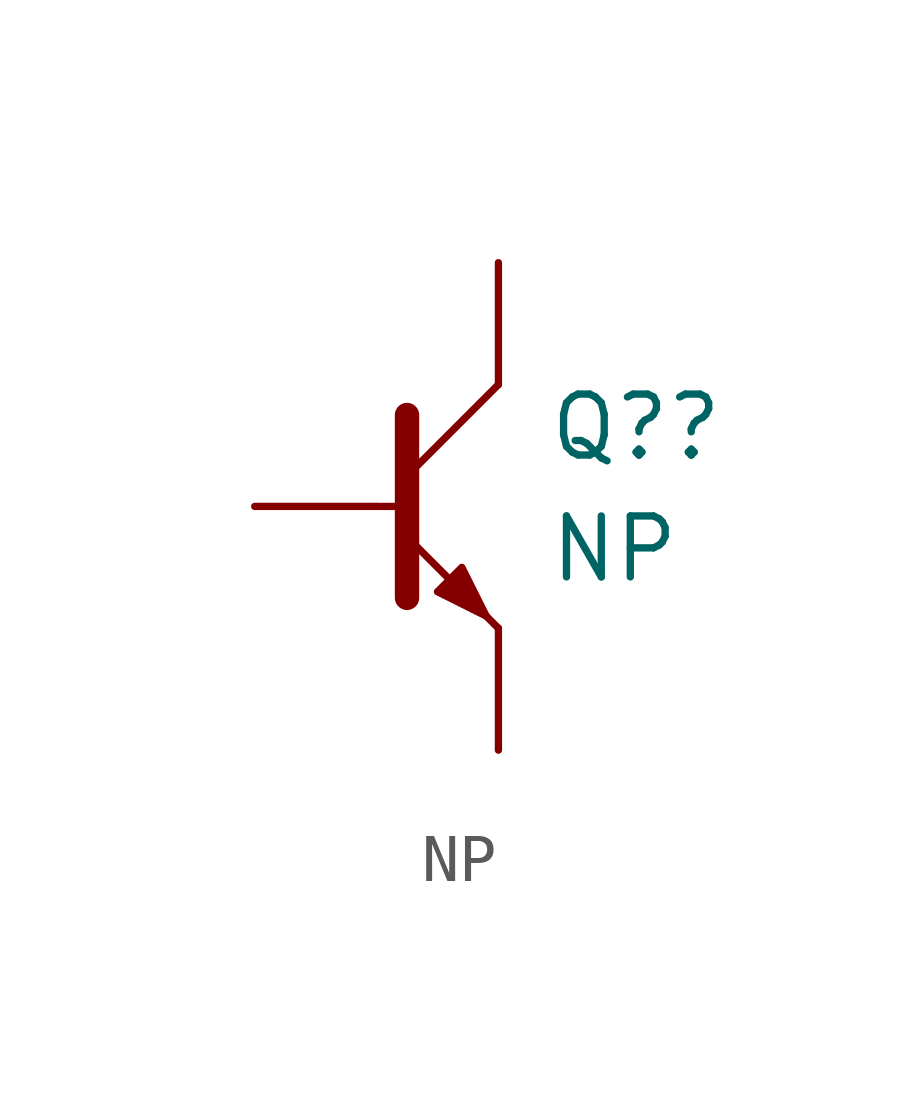
<source format=kicad_sym>
(kicad_symbol_lib
  (version 20211014)
  (generator kicad_symbol_editor)
  (symbol "NP"
    (pin_numbers hide)
    (pin_names
      (offset 0) hide)
    (property "Reference" "Q?"
      (at 6.096 1.651 0)
      (effects (font (size 1.27 1.27)) (justify left)))
    (property "Value" "NP"
      (at 6.096 -0.889 0)
      (effects (font (size 1.27 1.27)) (justify left)))
    (symbol "NP_0_1"
      (polyline (pts (xy 2.54 0) (xy 3.302 0)) (stroke (width 0.152) (type default) (color 0 0 0 0)) (fill (type none)))
      (polyline (pts (xy 5.08 -2.54) (xy 3.175 -0.635)) (stroke (width 0) (type default) (color 0 0 0 0)) (fill (type none)))
      (polyline (pts (xy 5.08 2.54) (xy 3.175 0.635)) (stroke (width 0) (type default) (color 0 0 0 0)) (fill (type none)))
      (polyline (pts (xy 3.175 -1.905) (xy 3.175 1.905) (xy 3.175 1.905)) (stroke (width 0.508) (type default) (color 0 0 0 0)) (fill (type outline)))
      (polyline (pts (xy 3.81 -1.778) (xy 4.318 -1.27) (xy 4.826 -2.286) (xy 3.81 -1.778) (xy 3.81 -1.778)) (stroke (width 0) (type default) (color 0 0 0 0)) (fill (type outline))))
    (symbol "NP_1_1"
      (pin passive line (at 5.08 5.08 270) (length 2.54) (name "C" (effects (font (size 1.27 1.27)))) (number "1" (effects (font (size 1.27 1.27)))))
      (pin passive line (at 0 0 0) (length 2.54) (name "B" (effects (font (size 1.27 1.27)))) (number "2" (effects (font (size 1.27 1.27)))))
      (pin passive line (at 5.08 -5.08 90) (length 2.54) (name "E" (effects (font (size 1.27 1.27)))) (number "3" (effects (font (size 1.27 1.27))))))))
</source>
